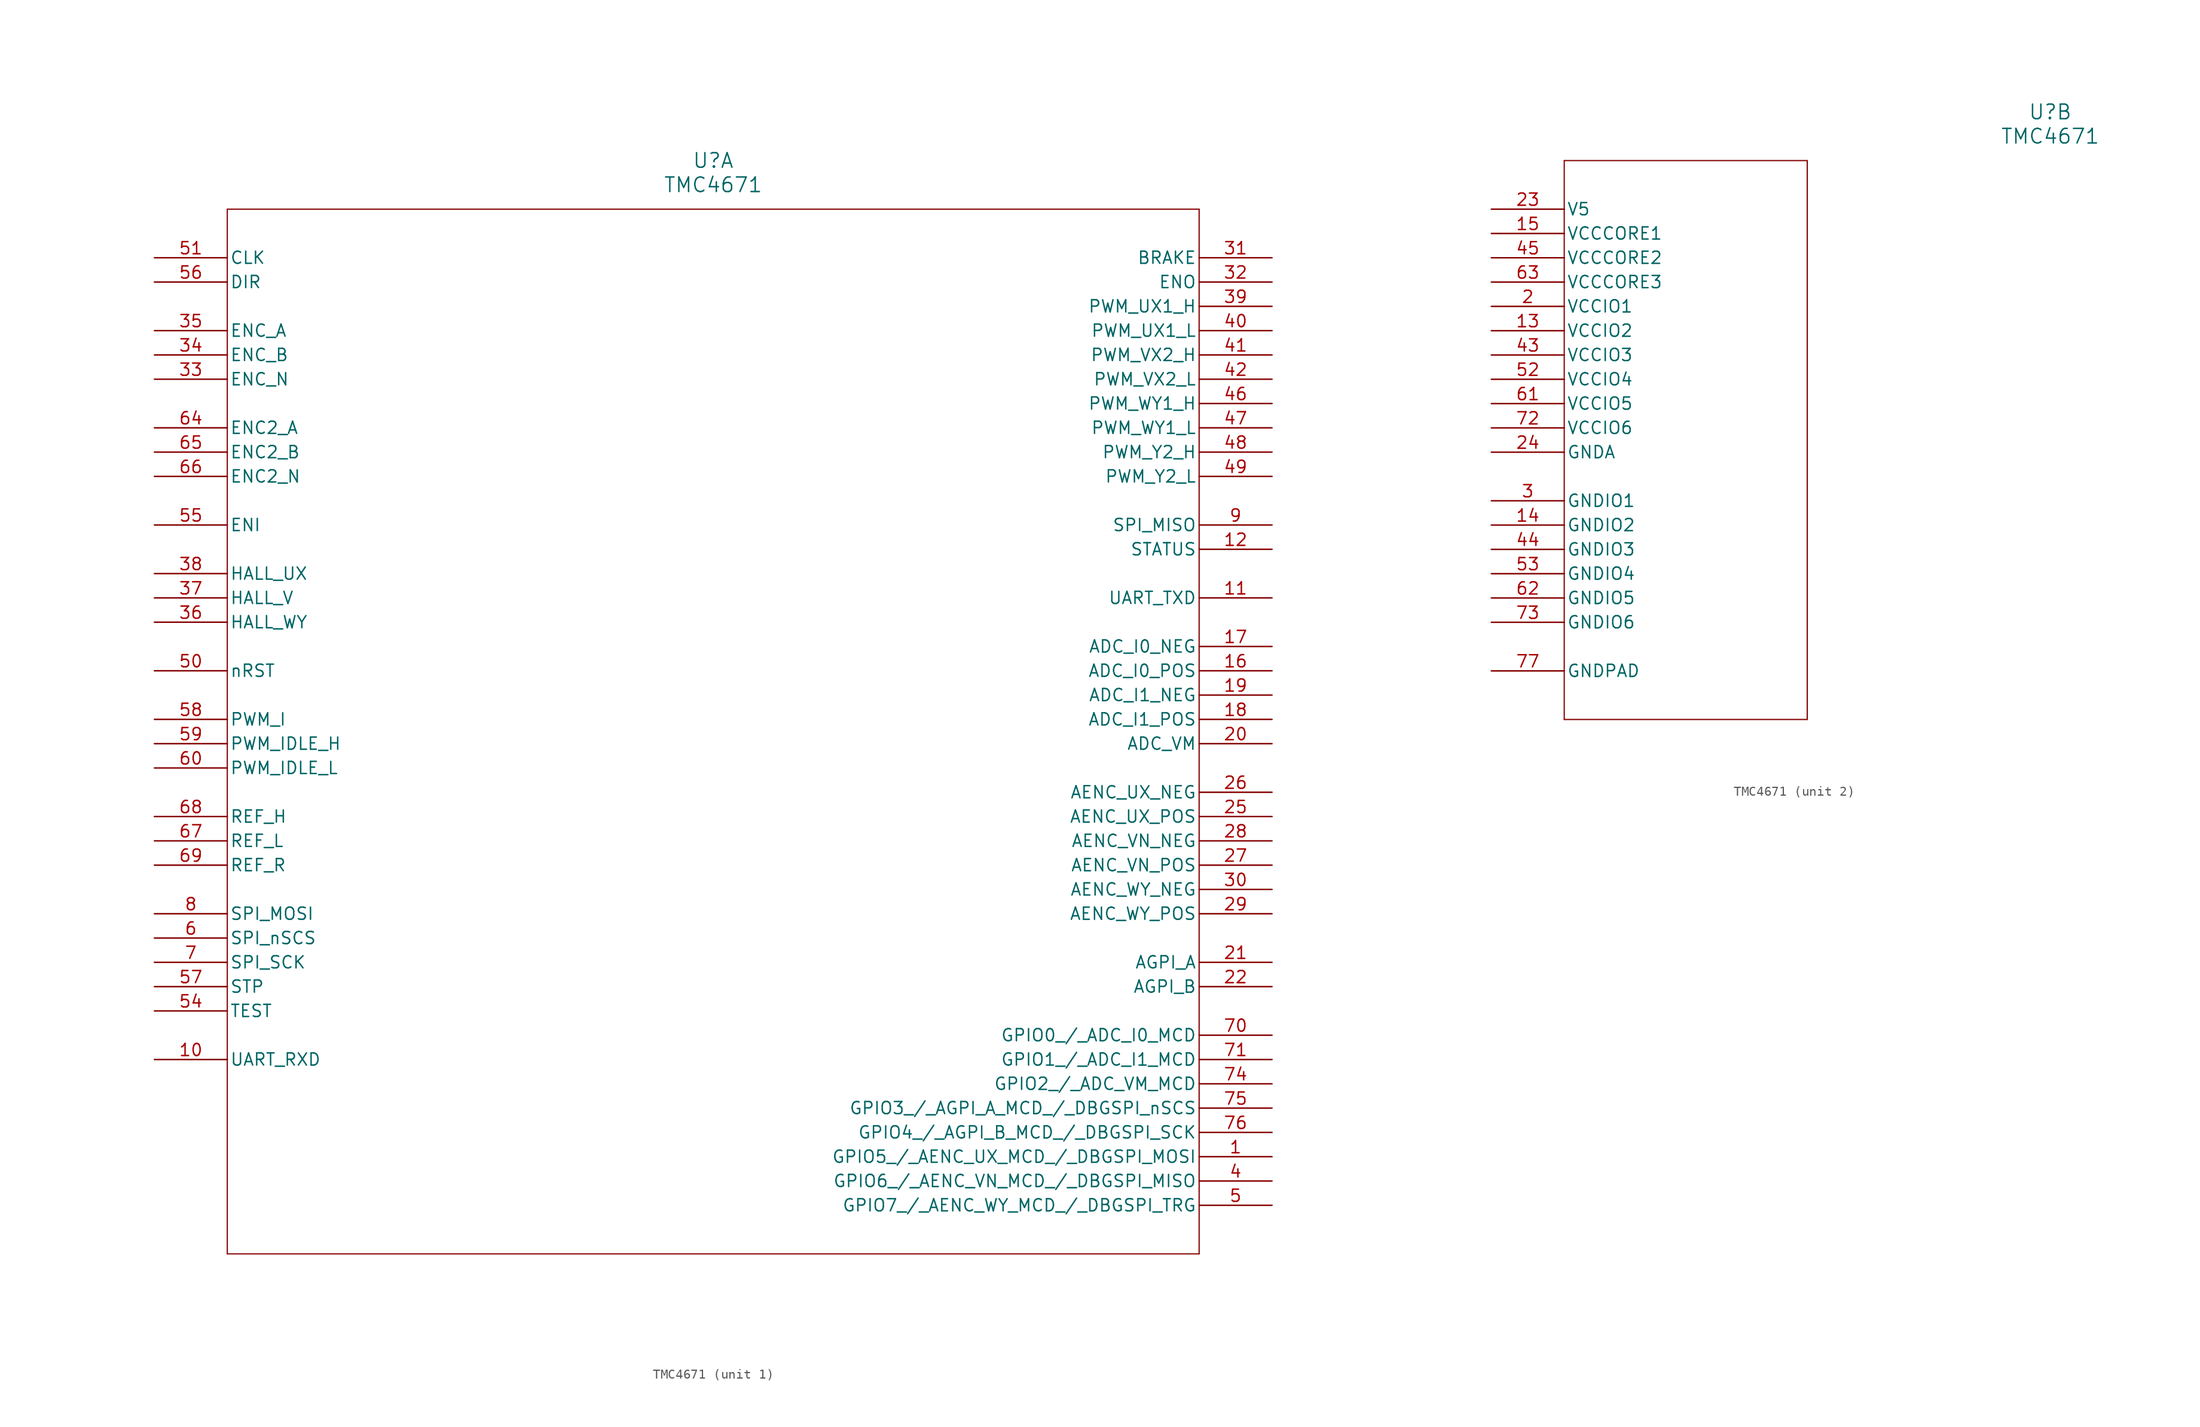
<source format=kicad_sym>
(kicad_symbol_lib
  (version 20211014)
  (generator kicad_symbol_editor)
  (symbol "TMC4671"
    (pin_names
      (offset 0.254))
    (property "Reference" "U"
      (at 58.42 10.16 0)
      (effects (font (size 1.524 1.524))))
    (property "Value" "TMC4671"
      (at 58.42 7.62 0)
      (effects (font (size 1.524 1.524))))
    (symbol "TMC4671_1_1"
      (polyline (pts (xy 7.62 5.08) (xy 7.62 -104.14)) (stroke (width 0.127) (type default) (color 0 0 0 0)) (fill (type none)))
      (polyline (pts (xy 7.62 -104.14) (xy 109.22 -104.14)) (stroke (width 0.127) (type default) (color 0 0 0 0)) (fill (type none)))
      (polyline (pts (xy 109.22 -104.14) (xy 109.22 5.08)) (stroke (width 0.127) (type default) (color 0 0 0 0)) (fill (type none)))
      (polyline (pts (xy 109.22 5.08) (xy 7.62 5.08)) (stroke (width 0.127) (type default) (color 0 0 0 0)) (fill (type none)))
      (pin bidirectional line (at 116.84 -93.98 180) (length 7.62) (name "GPIO5 / AENC_UX_MCD / DBGSPI_MOSI" (effects (font (size 1.27 1.27)))) (number "1" (effects (font (size 1.27 1.27)))))
      (pin bidirectional line (at 116.84 -96.52 180) (length 7.62) (name "GPIO6 / AENC_VN_MCD / DBGSPI_MISO" (effects (font (size 1.27 1.27)))) (number "4" (effects (font (size 1.27 1.27)))))
      (pin bidirectional line (at 116.84 -99.06 180) (length 7.62) (name "GPIO7 / AENC_WY_MCD / DBGSPI_TRG" (effects (font (size 1.27 1.27)))) (number "5" (effects (font (size 1.27 1.27)))))
      (pin input line (at 0 -71.12 0) (length 7.62) (name "SPI_nSCS" (effects (font (size 1.27 1.27)))) (number "6" (effects (font (size 1.27 1.27)))))
      (pin input line (at 0 -73.66 0) (length 7.62) (name "SPI_SCK" (effects (font (size 1.27 1.27)))) (number "7" (effects (font (size 1.27 1.27)))))
      (pin input line (at 0 -68.58 0) (length 7.62) (name "SPI_MOSI" (effects (font (size 1.27 1.27)))) (number "8" (effects (font (size 1.27 1.27)))))
      (pin output line (at 116.84 -27.94 180) (length 7.62) (name "SPI_MISO" (effects (font (size 1.27 1.27)))) (number "9" (effects (font (size 1.27 1.27)))))
      (pin input line (at 0 -83.82 0) (length 7.62) (name "UART_RXD" (effects (font (size 1.27 1.27)))) (number "10" (effects (font (size 1.27 1.27)))))
      (pin output line (at 116.84 -35.56 180) (length 7.62) (name "UART_TXD" (effects (font (size 1.27 1.27)))) (number "11" (effects (font (size 1.27 1.27)))))
      (pin output line (at 116.84 -30.48 180) (length 7.62) (name "STATUS" (effects (font (size 1.27 1.27)))) (number "12" (effects (font (size 1.27 1.27)))))
      (pin unspecified line (at 116.84 -43.18 180) (length 7.62) (name "ADC_I0_POS" (effects (font (size 1.27 1.27)))) (number "16" (effects (font (size 1.27 1.27)))))
      (pin unspecified line (at 116.84 -40.64 180) (length 7.62) (name "ADC_I0_NEG" (effects (font (size 1.27 1.27)))) (number "17" (effects (font (size 1.27 1.27)))))
      (pin unspecified line (at 116.84 -48.26 180) (length 7.62) (name "ADC_I1_POS" (effects (font (size 1.27 1.27)))) (number "18" (effects (font (size 1.27 1.27)))))
      (pin unspecified line (at 116.84 -45.72 180) (length 7.62) (name "ADC_I1_NEG" (effects (font (size 1.27 1.27)))) (number "19" (effects (font (size 1.27 1.27)))))
      (pin unspecified line (at 116.84 -50.8 180) (length 7.62) (name "ADC_VM" (effects (font (size 1.27 1.27)))) (number "20" (effects (font (size 1.27 1.27)))))
      (pin unspecified line (at 116.84 -73.66 180) (length 7.62) (name "AGPI_A" (effects (font (size 1.27 1.27)))) (number "21" (effects (font (size 1.27 1.27)))))
      (pin unspecified line (at 116.84 -76.2 180) (length 7.62) (name "AGPI_B" (effects (font (size 1.27 1.27)))) (number "22" (effects (font (size 1.27 1.27)))))
      (pin unspecified line (at 116.84 -58.42 180) (length 7.62) (name "AENC_UX_POS" (effects (font (size 1.27 1.27)))) (number "25" (effects (font (size 1.27 1.27)))))
      (pin unspecified line (at 116.84 -55.88 180) (length 7.62) (name "AENC_UX_NEG" (effects (font (size 1.27 1.27)))) (number "26" (effects (font (size 1.27 1.27)))))
      (pin unspecified line (at 116.84 -63.5 180) (length 7.62) (name "AENC_VN_POS" (effects (font (size 1.27 1.27)))) (number "27" (effects (font (size 1.27 1.27)))))
      (pin unspecified line (at 116.84 -60.96 180) (length 7.62) (name "AENC_VN_NEG" (effects (font (size 1.27 1.27)))) (number "28" (effects (font (size 1.27 1.27)))))
      (pin unspecified line (at 116.84 -68.58 180) (length 7.62) (name "AENC_WY_POS" (effects (font (size 1.27 1.27)))) (number "29" (effects (font (size 1.27 1.27)))))
      (pin unspecified line (at 116.84 -66.04 180) (length 7.62) (name "AENC_WY_NEG" (effects (font (size 1.27 1.27)))) (number "30" (effects (font (size 1.27 1.27)))))
      (pin output line (at 116.84 0 180) (length 7.62) (name "BRAKE" (effects (font (size 1.27 1.27)))) (number "31" (effects (font (size 1.27 1.27)))))
      (pin output line (at 116.84 -2.54 180) (length 7.62) (name "ENO" (effects (font (size 1.27 1.27)))) (number "32" (effects (font (size 1.27 1.27)))))
      (pin input line (at 0 -12.7 0) (length 7.62) (name "ENC_N" (effects (font (size 1.27 1.27)))) (number "33" (effects (font (size 1.27 1.27)))))
      (pin input line (at 0 -10.16 0) (length 7.62) (name "ENC_B" (effects (font (size 1.27 1.27)))) (number "34" (effects (font (size 1.27 1.27)))))
      (pin input line (at 0 -7.62 0) (length 7.62) (name "ENC_A" (effects (font (size 1.27 1.27)))) (number "35" (effects (font (size 1.27 1.27)))))
      (pin input line (at 0 -38.1 0) (length 7.62) (name "HALL_WY" (effects (font (size 1.27 1.27)))) (number "36" (effects (font (size 1.27 1.27)))))
      (pin input line (at 0 -35.56 0) (length 7.62) (name "HALL_V" (effects (font (size 1.27 1.27)))) (number "37" (effects (font (size 1.27 1.27)))))
      (pin input line (at 0 -33.02 0) (length 7.62) (name "HALL_UX" (effects (font (size 1.27 1.27)))) (number "38" (effects (font (size 1.27 1.27)))))
      (pin output line (at 116.84 -5.08 180) (length 7.62) (name "PWM_UX1_H" (effects (font (size 1.27 1.27)))) (number "39" (effects (font (size 1.27 1.27)))))
      (pin output line (at 116.84 -7.62 180) (length 7.62) (name "PWM_UX1_L" (effects (font (size 1.27 1.27)))) (number "40" (effects (font (size 1.27 1.27)))))
      (pin output line (at 116.84 -10.16 180) (length 7.62) (name "PWM_VX2_H" (effects (font (size 1.27 1.27)))) (number "41" (effects (font (size 1.27 1.27)))))
      (pin output line (at 116.84 -12.7 180) (length 7.62) (name "PWM_VX2_L" (effects (font (size 1.27 1.27)))) (number "42" (effects (font (size 1.27 1.27)))))
      (pin output line (at 116.84 -15.24 180) (length 7.62) (name "PWM_WY1_H" (effects (font (size 1.27 1.27)))) (number "46" (effects (font (size 1.27 1.27)))))
      (pin output line (at 116.84 -17.78 180) (length 7.62) (name "PWM_WY1_L" (effects (font (size 1.27 1.27)))) (number "47" (effects (font (size 1.27 1.27)))))
      (pin output line (at 116.84 -20.32 180) (length 7.62) (name "PWM_Y2_H" (effects (font (size 1.27 1.27)))) (number "48" (effects (font (size 1.27 1.27)))))
      (pin output line (at 116.84 -22.86 180) (length 7.62) (name "PWM_Y2_L" (effects (font (size 1.27 1.27)))) (number "49" (effects (font (size 1.27 1.27)))))
      (pin input line (at 0 -43.18 0) (length 7.62) (name "nRST" (effects (font (size 1.27 1.27)))) (number "50" (effects (font (size 1.27 1.27)))))
      (pin input line (at 0 0 0) (length 7.62) (name "CLK" (effects (font (size 1.27 1.27)))) (number "51" (effects (font (size 1.27 1.27)))))
      (pin input line (at 0 -78.74 0) (length 7.62) (name "TEST" (effects (font (size 1.27 1.27)))) (number "54" (effects (font (size 1.27 1.27)))))
      (pin input line (at 0 -27.94 0) (length 7.62) (name "ENI" (effects (font (size 1.27 1.27)))) (number "55" (effects (font (size 1.27 1.27)))))
      (pin input line (at 0 -2.54 0) (length 7.62) (name "DIR" (effects (font (size 1.27 1.27)))) (number "56" (effects (font (size 1.27 1.27)))))
      (pin input line (at 0 -76.2 0) (length 7.62) (name "STP" (effects (font (size 1.27 1.27)))) (number "57" (effects (font (size 1.27 1.27)))))
      (pin input line (at 0 -48.26 0) (length 7.62) (name "PWM_I" (effects (font (size 1.27 1.27)))) (number "58" (effects (font (size 1.27 1.27)))))
      (pin input line (at 0 -50.8 0) (length 7.62) (name "PWM_IDLE_H" (effects (font (size 1.27 1.27)))) (number "59" (effects (font (size 1.27 1.27)))))
      (pin input line (at 0 -53.34 0) (length 7.62) (name "PWM_IDLE_L" (effects (font (size 1.27 1.27)))) (number "60" (effects (font (size 1.27 1.27)))))
      (pin input line (at 0 -17.78 0) (length 7.62) (name "ENC2_A" (effects (font (size 1.27 1.27)))) (number "64" (effects (font (size 1.27 1.27)))))
      (pin input line (at 0 -20.32 0) (length 7.62) (name "ENC2_B" (effects (font (size 1.27 1.27)))) (number "65" (effects (font (size 1.27 1.27)))))
      (pin input line (at 0 -22.86 0) (length 7.62) (name "ENC2_N" (effects (font (size 1.27 1.27)))) (number "66" (effects (font (size 1.27 1.27)))))
      (pin input line (at 0 -60.96 0) (length 7.62) (name "REF_L" (effects (font (size 1.27 1.27)))) (number "67" (effects (font (size 1.27 1.27)))))
      (pin input line (at 0 -58.42 0) (length 7.62) (name "REF_H" (effects (font (size 1.27 1.27)))) (number "68" (effects (font (size 1.27 1.27)))))
      (pin input line (at 0 -63.5 0) (length 7.62) (name "REF_R" (effects (font (size 1.27 1.27)))) (number "69" (effects (font (size 1.27 1.27)))))
      (pin bidirectional line (at 116.84 -81.28 180) (length 7.62) (name "GPIO0 / ADC_I0_MCD" (effects (font (size 1.27 1.27)))) (number "70" (effects (font (size 1.27 1.27)))))
      (pin bidirectional line (at 116.84 -83.82 180) (length 7.62) (name "GPIO1 / ADC_I1_MCD" (effects (font (size 1.27 1.27)))) (number "71" (effects (font (size 1.27 1.27)))))
      (pin bidirectional line (at 116.84 -86.36 180) (length 7.62) (name "GPIO2 / ADC_VM_MCD" (effects (font (size 1.27 1.27)))) (number "74" (effects (font (size 1.27 1.27)))))
      (pin bidirectional line (at 116.84 -88.9 180) (length 7.62) (name "GPIO3 / AGPI_A_MCD / DBGSPI_nSCS" (effects (font (size 1.27 1.27)))) (number "75" (effects (font (size 1.27 1.27)))))
      (pin bidirectional line (at 116.84 -91.44 180) (length 7.62) (name "GPIO4 / AGPI_B_MCD / DBGSPI_SCK" (effects (font (size 1.27 1.27)))) (number "76" (effects (font (size 1.27 1.27))))))
    (symbol "TMC4671_2_1"
      (polyline (pts (xy 7.62 5.08) (xy 7.62 -53.34)) (stroke (width 0.127) (type default) (color 0 0 0 0)) (fill (type none)))
      (polyline (pts (xy 7.62 -53.34) (xy 33.02 -53.34)) (stroke (width 0.127) (type default) (color 0 0 0 0)) (fill (type none)))
      (polyline (pts (xy 33.02 -53.34) (xy 33.02 5.08)) (stroke (width 0.127) (type default) (color 0 0 0 0)) (fill (type none)))
      (polyline (pts (xy 33.02 5.08) (xy 7.62 5.08)) (stroke (width 0.127) (type default) (color 0 0 0 0)) (fill (type none)))
      (pin power_in line (at 0 -10.16 0) (length 7.62) (name "VCCIO1" (effects (font (size 1.27 1.27)))) (number "2" (effects (font (size 1.27 1.27)))))
      (pin power_out line (at 0 -30.48 0) (length 7.62) (name "GNDIO1" (effects (font (size 1.27 1.27)))) (number "3" (effects (font (size 1.27 1.27)))))
      (pin power_in line (at 0 -12.7 0) (length 7.62) (name "VCCIO2" (effects (font (size 1.27 1.27)))) (number "13" (effects (font (size 1.27 1.27)))))
      (pin power_out line (at 0 -33.02 0) (length 7.62) (name "GNDIO2" (effects (font (size 1.27 1.27)))) (number "14" (effects (font (size 1.27 1.27)))))
      (pin power_in line (at 0 -2.54 0) (length 7.62) (name "VCCCORE1" (effects (font (size 1.27 1.27)))) (number "15" (effects (font (size 1.27 1.27)))))
      (pin power_in line (at 0 0 0) (length 7.62) (name "V5" (effects (font (size 1.27 1.27)))) (number "23" (effects (font (size 1.27 1.27)))))
      (pin power_out line (at 0 -25.4 0) (length 7.62) (name "GNDA" (effects (font (size 1.27 1.27)))) (number "24" (effects (font (size 1.27 1.27)))))
      (pin power_in line (at 0 -15.24 0) (length 7.62) (name "VCCIO3" (effects (font (size 1.27 1.27)))) (number "43" (effects (font (size 1.27 1.27)))))
      (pin power_out line (at 0 -35.56 0) (length 7.62) (name "GNDIO3" (effects (font (size 1.27 1.27)))) (number "44" (effects (font (size 1.27 1.27)))))
      (pin power_in line (at 0 -5.08 0) (length 7.62) (name "VCCCORE2" (effects (font (size 1.27 1.27)))) (number "45" (effects (font (size 1.27 1.27)))))
      (pin power_in line (at 0 -17.78 0) (length 7.62) (name "VCCIO4" (effects (font (size 1.27 1.27)))) (number "52" (effects (font (size 1.27 1.27)))))
      (pin power_out line (at 0 -38.1 0) (length 7.62) (name "GNDIO4" (effects (font (size 1.27 1.27)))) (number "53" (effects (font (size 1.27 1.27)))))
      (pin power_in line (at 0 -20.32 0) (length 7.62) (name "VCCIO5" (effects (font (size 1.27 1.27)))) (number "61" (effects (font (size 1.27 1.27)))))
      (pin power_out line (at 0 -40.64 0) (length 7.62) (name "GNDIO5" (effects (font (size 1.27 1.27)))) (number "62" (effects (font (size 1.27 1.27)))))
      (pin power_in line (at 0 -7.62 0) (length 7.62) (name "VCCCORE3" (effects (font (size 1.27 1.27)))) (number "63" (effects (font (size 1.27 1.27)))))
      (pin power_in line (at 0 -22.86 0) (length 7.62) (name "VCCIO6" (effects (font (size 1.27 1.27)))) (number "72" (effects (font (size 1.27 1.27)))))
      (pin power_out line (at 0 -43.18 0) (length 7.62) (name "GNDIO6" (effects (font (size 1.27 1.27)))) (number "73" (effects (font (size 1.27 1.27)))))
      (pin power_out line (at 0 -48.26 0) (length 7.62) (name "GNDPAD" (effects (font (size 1.27 1.27)))) (number "77" (effects (font (size 1.27 1.27))))))))
</source>
